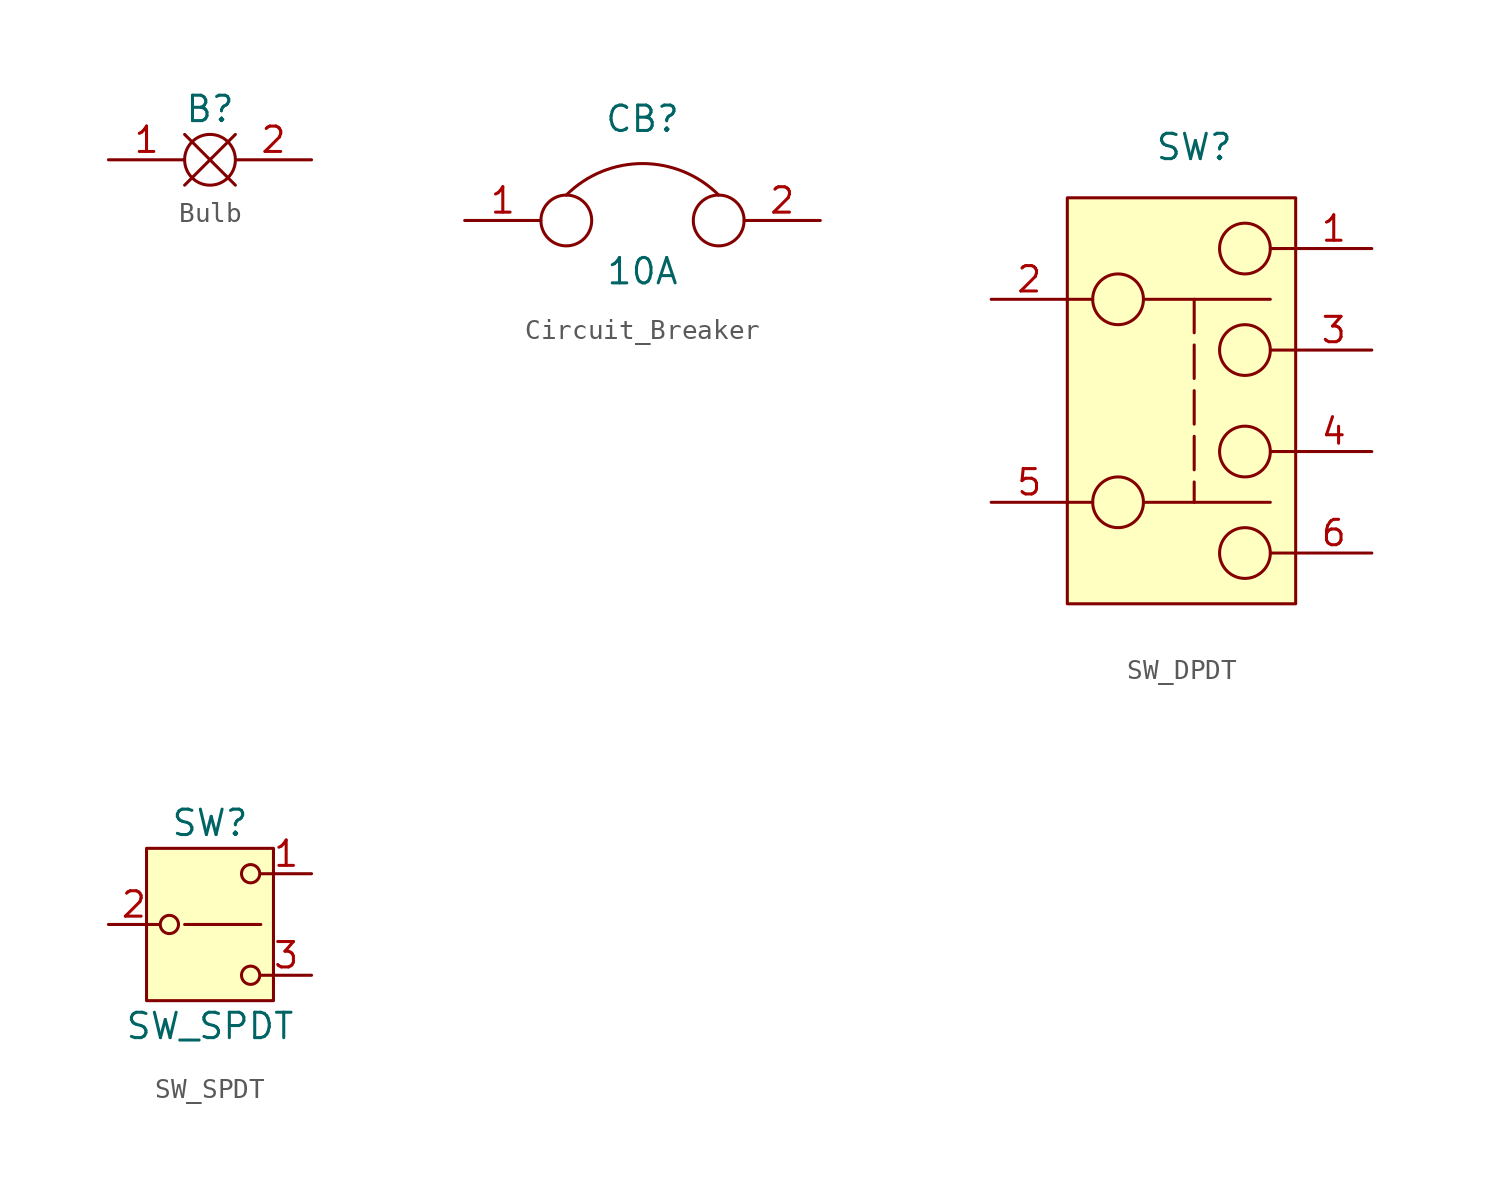
<source format=kicad_sym>
(kicad_symbol_lib
  (version 20220914)
  (generator kicad_symbol_editor)
  (symbol "Bulb"
    (property "Reference" "B"
      (at 1.27 1.27 0)
      (effects (font (size 1.27 1.27))))
    (property "Value" ""
      (at 1.27 1.27 0)
      (effects (font (size 1.27 1.27))))
    (symbol "Bulb_0_1"
      (polyline (pts (xy 0 -2.54) (xy 2.54 0)) (stroke (width 0) (type default)) (fill (type none)))
      (polyline (pts (xy 0 0) (xy 2.54 -2.54)) (stroke (width 0) (type default)) (fill (type none)))
      (circle (center 1.27 -1.27) (radius 1.27) (stroke (width 0) (type default)) (fill (type none))))
    (symbol "Bulb_1_1"
      (pin passive line (at -3.81 -1.27 0) (length 3.81) (name "" (effects (font (size 1.27 1.27)))) (number "1" (effects (font (size 1.27 1.27)))))
      (pin passive line (at 6.35 -1.27 180) (length 3.81) (name "" (effects (font (size 1.27 1.27)))) (number "2" (effects (font (size 1.27 1.27)))))))
  (symbol "Circuit_Breaker"
    (property "Reference" "CB"
      (at 0 2.54 0)
      (effects (font (size 1.27 1.27))))
    (property "Value" "10A"
      (at 0 -5.08 0)
      (effects (font (size 1.27 1.27))))
    (symbol "Circuit_Breaker_0_1"
      (circle (center -3.81 -2.54) (radius 1.27) (stroke (width 0) (type default)) (fill (type none)))
      (circle (center 3.81 -2.54) (radius 1.27) (stroke (width 0) (type default)) (fill (type none)))
      (arc (start 3.81 -1.27) (mid 0 0.3055) (end -3.81 -1.27) (stroke (width 0) (type default)) (fill (type none))))
    (symbol "Circuit_Breaker_1_1"
      (pin passive line (at -8.89 -2.54 0) (length 3.81) (name "" (effects (font (size 1.27 1.27)))) (number "1" (effects (font (size 1.27 1.27)))))
      (pin passive line (at 8.89 -2.54 180) (length 3.81) (name "" (effects (font (size 1.27 1.27)))) (number "2" (effects (font (size 1.27 1.27)))))))
  (symbol "SW_DPDT"
    (property "Reference" "SW"
      (at 0 1.27 0)
      (effects (font (size 1.27 1.27))))
    (property "Value" ""
      (at -6.35 0 0)
      (effects (font (size 1.27 1.27))))
    (symbol "SW_DPDT_0_1"
      (circle (center -3.81 -16.51) (radius 1.27) (stroke (width 0) (type default)) (fill (type none)))
      (circle (center -3.81 -6.35) (radius 1.27) (stroke (width 0) (type default)) (fill (type none)))
      (polyline (pts (xy -6.35 -16.51) (xy -5.08 -16.51)) (stroke (width 0) (type default)) (fill (type none)))
      (polyline (pts (xy -6.35 -6.35) (xy -5.08 -6.35)) (stroke (width 0) (type default)) (fill (type none)))
      (polyline (pts (xy -2.54 -16.51) (xy 3.81 -16.51)) (stroke (width 0) (type default)) (fill (type none)))
      (polyline (pts (xy -2.54 -6.35) (xy 3.81 -6.35)) (stroke (width 0) (type default)) (fill (type none)))
      (polyline (pts (xy 5.08 -19.05) (xy 3.81 -19.05)) (stroke (width 0) (type default)) (fill (type none)))
      (polyline (pts (xy 5.08 -13.97) (xy 3.81 -13.97)) (stroke (width 0) (type default)) (fill (type none)))
      (polyline (pts (xy 5.08 -8.89) (xy 3.81 -8.89)) (stroke (width 0) (type default)) (fill (type none)))
      (polyline (pts (xy 5.08 -3.81) (xy 3.81 -3.81)) (stroke (width 0) (type default)) (fill (type none)))
      (circle (center 2.54 -19.05) (radius 1.27) (stroke (width 0) (type default)) (fill (type none)))
      (circle (center 2.54 -13.97) (radius 1.27) (stroke (width 0) (type default)) (fill (type none)))
      (circle (center 2.54 -8.89) (radius 1.27) (stroke (width 0) (type default)) (fill (type none)))
      (circle (center 2.54 -3.81) (radius 1.27) (stroke (width 0) (type default)) (fill (type none))))
    (symbol "SW_DPDT_1_1"
      (rectangle (start -6.35 -1.27) (end 5.08 -21.59) (stroke (width 0) (type default)) (fill (type background)))
      (polyline (pts (xy 0 -6.35) (xy 0 -16.51)) (stroke (width 0) (type dash)) (fill (type none)))
      (pin passive line (at 8.89 -3.81 180) (length 3.81) (name "" (effects (font (size 1.27 1.27)))) (number "1" (effects (font (size 1.27 1.27)))))
      (pin passive line (at -10.16 -6.35 0) (length 3.81) (name "" (effects (font (size 1.27 1.27)))) (number "2" (effects (font (size 1.27 1.27)))))
      (pin passive line (at 8.89 -8.89 180) (length 3.81) (name "" (effects (font (size 1.27 1.27)))) (number "3" (effects (font (size 1.27 1.27)))))
      (pin passive line (at 8.89 -13.97 180) (length 3.81) (name "" (effects (font (size 1.27 1.27)))) (number "4" (effects (font (size 1.27 1.27)))))
      (pin passive line (at -10.16 -16.51 0) (length 3.81) (name "" (effects (font (size 1.27 1.27)))) (number "5" (effects (font (size 1.27 1.27)))))
      (pin passive line (at 8.89 -19.05 180) (length 3.81) (name "" (effects (font (size 1.27 1.27)))) (number "6" (effects (font (size 1.27 1.27)))))))
  (symbol "SW_SPDT"
    (pin_names
      (offset 0) hide)
    (property "Reference" "SW"
      (at 0 5.08 0)
      (effects (font (size 1.27 1.27))))
    (property "Value" "SW_SPDT"
      (at 0 -5.08 0)
      (effects (font (size 1.27 1.27))))
    (symbol "SW_SPDT_0_1"
      (circle (center -2.032 0) (radius 0.457) (stroke (width 0) (type default)) (fill (type none)))
      (polyline (pts (xy -1.27 0) (xy 2.54 0)) (stroke (width 0) (type default)) (fill (type none)))
      (circle (center 2.032 -2.54) (radius 0.457) (stroke (width 0) (type default)) (fill (type none)))
      (circle (center 2.032 2.54) (radius 0.457) (stroke (width 0) (type default)) (fill (type none))))
    (symbol "SW_SPDT_1_1"
      (rectangle (start -3.175 3.81) (end 3.175 -3.81) (stroke (width 0) (type default)) (fill (type background)))
      (pin passive line (at 5.08 2.54 180) (length 2.54) (name "A" (effects (font (size 1.27 1.27)))) (number "1" (effects (font (size 1.27 1.27)))))
      (pin passive line (at -5.08 0 0) (length 2.54) (name "B" (effects (font (size 1.27 1.27)))) (number "2" (effects (font (size 1.27 1.27)))))
      (pin passive line (at 5.08 -2.54 180) (length 2.54) (name "C" (effects (font (size 1.27 1.27)))) (number "3" (effects (font (size 1.27 1.27))))))))
</source>
